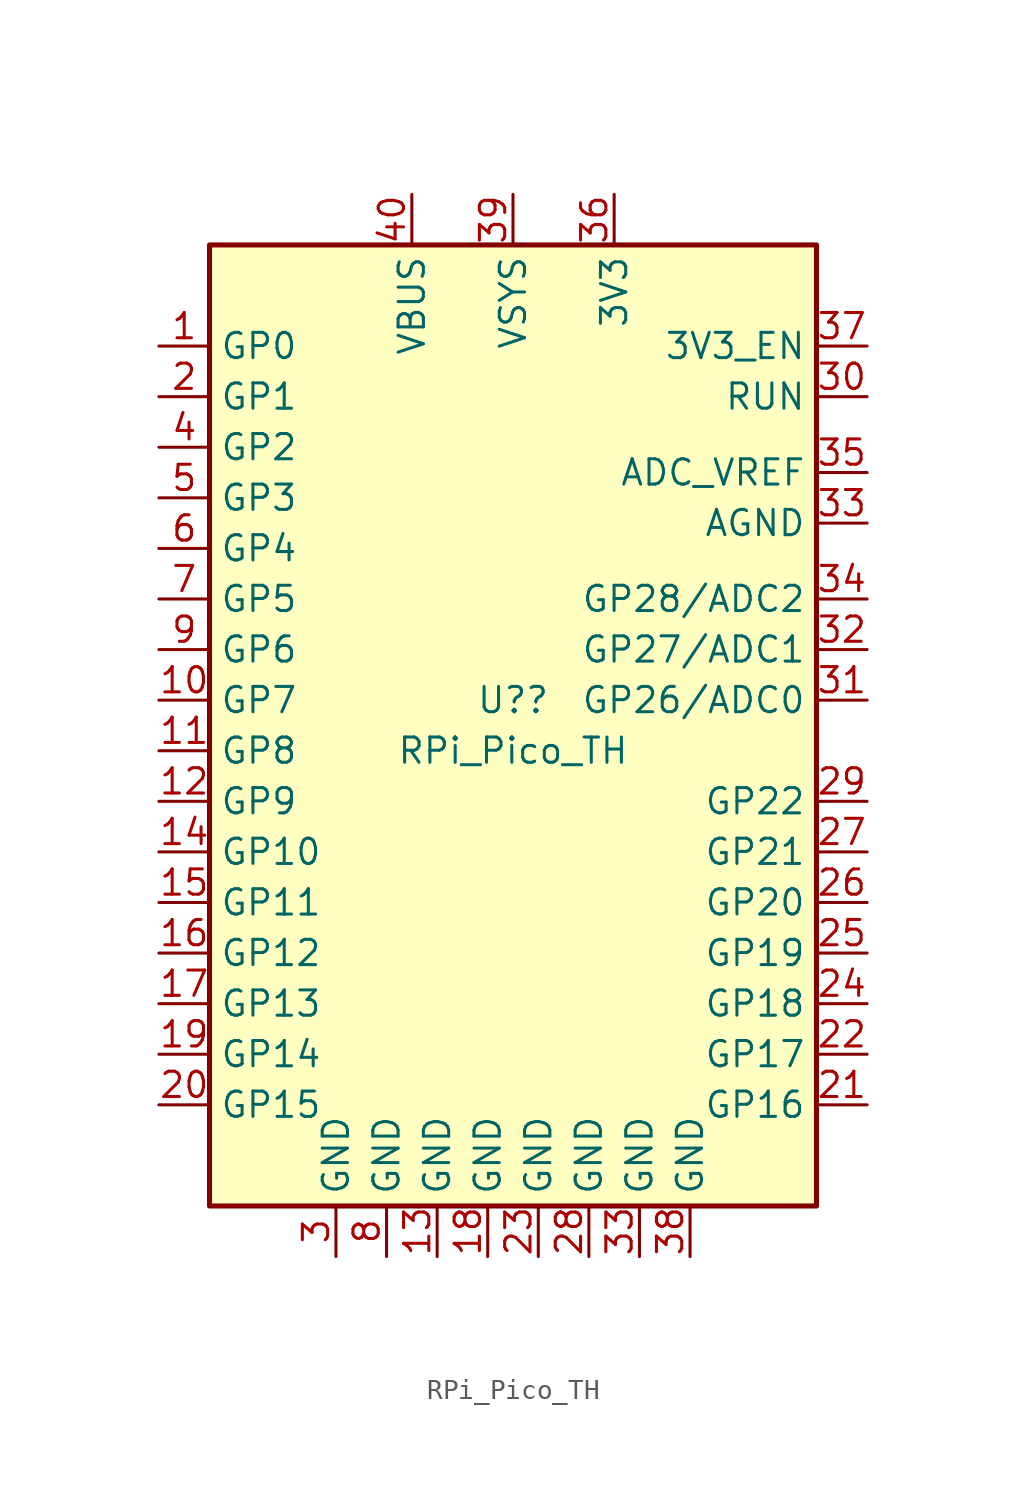
<source format=kicad_sym>
(kicad_symbol_lib
  (version 20220914)
  (generator kicad_symbol_editor)
  (symbol "RPi_Pico_TH"
    (property "Reference" "U?"
      (at 0 1.27 0)
      (effects (font (size 1.27 1.27))))
    (property "Value" "RPi_Pico_TH"
      (at 0 -1.27 0)
      (effects (font (size 1.27 1.27))))
    (symbol "RPi_Pico_TH_0_1"
      (rectangle (start -15.24 24.13) (end 15.24 -24.13) (stroke (width 0.254) (type default)) (fill (type background))))
    (symbol "RPi_Pico_TH_1_1"
      (pin bidirectional line (at -17.78 19.05 0) (length 2.54) (name "GP0" (effects (font (size 1.27 1.27)))) (number "1" (effects (font (size 1.27 1.27)))))
      (pin bidirectional line (at -17.78 1.27 0) (length 2.54) (name "GP7" (effects (font (size 1.27 1.27)))) (number "10" (effects (font (size 1.27 1.27)))))
      (pin bidirectional line (at -17.78 -1.27 0) (length 2.54) (name "GP8" (effects (font (size 1.27 1.27)))) (number "11" (effects (font (size 1.27 1.27)))))
      (pin bidirectional line (at -17.78 -3.81 0) (length 2.54) (name "GP9" (effects (font (size 1.27 1.27)))) (number "12" (effects (font (size 1.27 1.27)))))
      (pin power_in line (at -3.81 -26.67 90) (length 2.54) (name "GND" (effects (font (size 1.27 1.27)))) (number "13" (effects (font (size 1.27 1.27)))))
      (pin bidirectional line (at -17.78 -6.35 0) (length 2.54) (name "GP10" (effects (font (size 1.27 1.27)))) (number "14" (effects (font (size 1.27 1.27)))))
      (pin bidirectional line (at -17.78 -8.89 0) (length 2.54) (name "GP11" (effects (font (size 1.27 1.27)))) (number "15" (effects (font (size 1.27 1.27)))))
      (pin bidirectional line (at -17.78 -11.43 0) (length 2.54) (name "GP12" (effects (font (size 1.27 1.27)))) (number "16" (effects (font (size 1.27 1.27)))))
      (pin bidirectional line (at -17.78 -13.97 0) (length 2.54) (name "GP13" (effects (font (size 1.27 1.27)))) (number "17" (effects (font (size 1.27 1.27)))))
      (pin power_in line (at -1.27 -26.67 90) (length 2.54) (name "GND" (effects (font (size 1.27 1.27)))) (number "18" (effects (font (size 1.27 1.27)))))
      (pin bidirectional line (at -17.78 -16.51 0) (length 2.54) (name "GP14" (effects (font (size 1.27 1.27)))) (number "19" (effects (font (size 1.27 1.27)))))
      (pin bidirectional line (at -17.78 16.51 0) (length 2.54) (name "GP1" (effects (font (size 1.27 1.27)))) (number "2" (effects (font (size 1.27 1.27)))))
      (pin bidirectional line (at -17.78 -19.05 0) (length 2.54) (name "GP15" (effects (font (size 1.27 1.27)))) (number "20" (effects (font (size 1.27 1.27)))))
      (pin bidirectional line (at 17.78 -19.05 180) (length 2.54) (name "GP16" (effects (font (size 1.27 1.27)))) (number "21" (effects (font (size 1.27 1.27)))))
      (pin bidirectional line (at 17.78 -16.51 180) (length 2.54) (name "GP17" (effects (font (size 1.27 1.27)))) (number "22" (effects (font (size 1.27 1.27)))))
      (pin power_in line (at 1.27 -26.67 90) (length 2.54) (name "GND" (effects (font (size 1.27 1.27)))) (number "23" (effects (font (size 1.27 1.27)))))
      (pin bidirectional line (at 17.78 -13.97 180) (length 2.54) (name "GP18" (effects (font (size 1.27 1.27)))) (number "24" (effects (font (size 1.27 1.27)))))
      (pin bidirectional line (at 17.78 -11.43 180) (length 2.54) (name "GP19" (effects (font (size 1.27 1.27)))) (number "25" (effects (font (size 1.27 1.27)))))
      (pin bidirectional line (at 17.78 -8.89 180) (length 2.54) (name "GP20" (effects (font (size 1.27 1.27)))) (number "26" (effects (font (size 1.27 1.27)))))
      (pin bidirectional line (at 17.78 -6.35 180) (length 2.54) (name "GP21" (effects (font (size 1.27 1.27)))) (number "27" (effects (font (size 1.27 1.27)))))
      (pin power_in line (at 3.81 -26.67 90) (length 2.54) (name "GND" (effects (font (size 1.27 1.27)))) (number "28" (effects (font (size 1.27 1.27)))))
      (pin bidirectional line (at 17.78 -3.81 180) (length 2.54) (name "GP22" (effects (font (size 1.27 1.27)))) (number "29" (effects (font (size 1.27 1.27)))))
      (pin power_in line (at -8.89 -26.67 90) (length 2.54) (name "GND" (effects (font (size 1.27 1.27)))) (number "3" (effects (font (size 1.27 1.27)))))
      (pin input line (at 17.78 16.51 180) (length 2.54) (name "RUN" (effects (font (size 1.27 1.27)))) (number "30" (effects (font (size 1.27 1.27)))))
      (pin bidirectional line (at 17.78 1.27 180) (length 2.54) (name "GP26/ADC0" (effects (font (size 1.27 1.27)))) (number "31" (effects (font (size 1.27 1.27)))))
      (pin bidirectional line (at 17.78 3.81 180) (length 2.54) (name "GP27/ADC1" (effects (font (size 1.27 1.27)))) (number "32" (effects (font (size 1.27 1.27)))))
      (pin power_in line (at 17.78 10.16 180) (length 2.54) (name "AGND" (effects (font (size 1.27 1.27)))) (number "33" (effects (font (size 1.27 1.27)))))
      (pin power_in line (at 6.35 -26.67 90) (length 2.54) (name "GND" (effects (font (size 1.27 1.27)))) (number "33" (effects (font (size 1.27 1.27)))))
      (pin bidirectional line (at 17.78 6.35 180) (length 2.54) (name "GP28/ADC2" (effects (font (size 1.27 1.27)))) (number "34" (effects (font (size 1.27 1.27)))))
      (pin power_in line (at 17.78 12.7 180) (length 2.54) (name "ADC_VREF" (effects (font (size 1.27 1.27)))) (number "35" (effects (font (size 1.27 1.27)))))
      (pin power_out line (at 5.08 26.67 270) (length 2.54) (name "3V3" (effects (font (size 1.27 1.27)))) (number "36" (effects (font (size 1.27 1.27)))))
      (pin input line (at 17.78 19.05 180) (length 2.54) (name "3V3_EN" (effects (font (size 1.27 1.27)))) (number "37" (effects (font (size 1.27 1.27)))))
      (pin power_in line (at 8.89 -26.67 90) (length 2.54) (name "GND" (effects (font (size 1.27 1.27)))) (number "38" (effects (font (size 1.27 1.27)))))
      (pin power_out line (at 0 26.67 270) (length 2.54) (name "VSYS" (effects (font (size 1.27 1.27)))) (number "39" (effects (font (size 1.27 1.27)))))
      (pin bidirectional line (at -17.78 13.97 0) (length 2.54) (name "GP2" (effects (font (size 1.27 1.27)))) (number "4" (effects (font (size 1.27 1.27)))))
      (pin power_in line (at -5.08 26.67 270) (length 2.54) (name "VBUS" (effects (font (size 1.27 1.27)))) (number "40" (effects (font (size 1.27 1.27)))))
      (pin bidirectional line (at -17.78 11.43 0) (length 2.54) (name "GP3" (effects (font (size 1.27 1.27)))) (number "5" (effects (font (size 1.27 1.27)))))
      (pin bidirectional line (at -17.78 8.89 0) (length 2.54) (name "GP4" (effects (font (size 1.27 1.27)))) (number "6" (effects (font (size 1.27 1.27)))))
      (pin bidirectional line (at -17.78 6.35 0) (length 2.54) (name "GP5" (effects (font (size 1.27 1.27)))) (number "7" (effects (font (size 1.27 1.27)))))
      (pin power_in line (at -6.35 -26.67 90) (length 2.54) (name "GND" (effects (font (size 1.27 1.27)))) (number "8" (effects (font (size 1.27 1.27)))))
      (pin bidirectional line (at -17.78 3.81 0) (length 2.54) (name "GP6" (effects (font (size 1.27 1.27)))) (number "9" (effects (font (size 1.27 1.27))))))))
</source>
